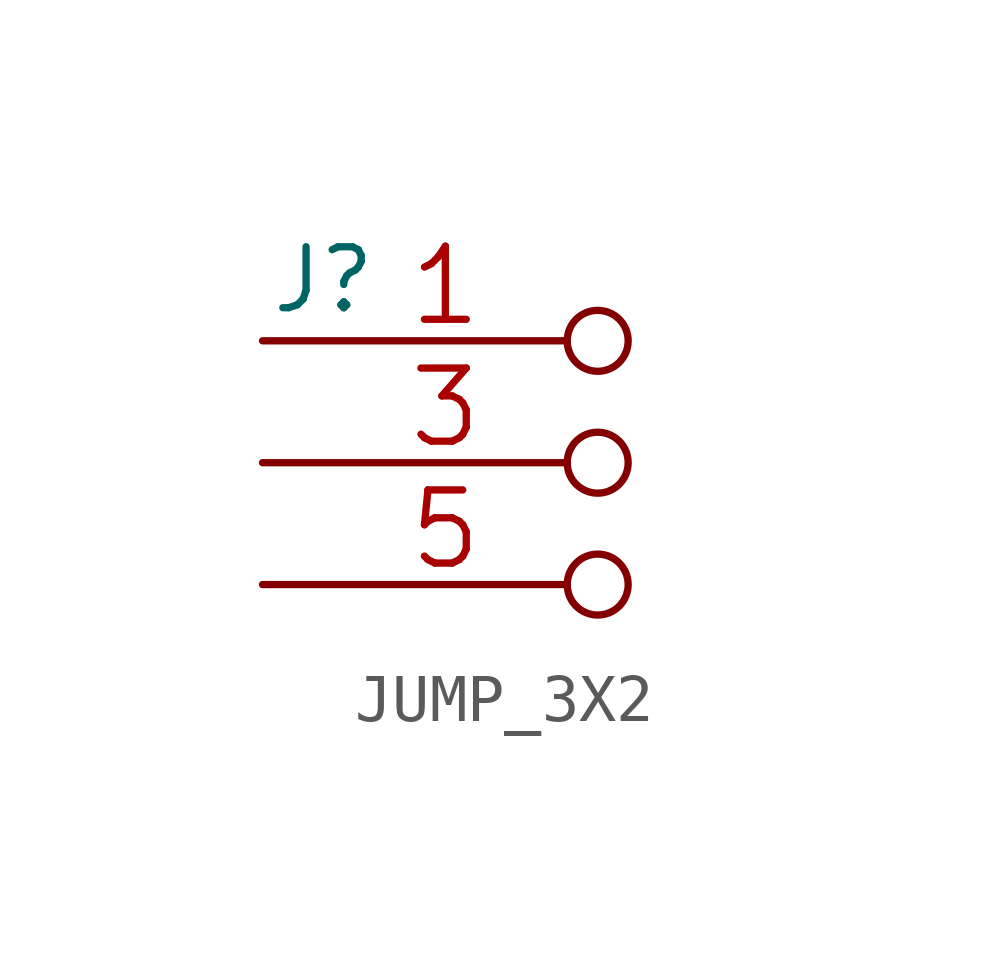
<source format=kicad_sym>
(kicad_symbol_lib
  (version 20211014)
  (generator kicad_symbol_editor)
  (symbol "JUMP_3X2"
    (pin_names
      (offset 1.016) hide)
    (property "Reference" "J"
      (at -8.89 5.08 0)
      (effects (font (size 1.27 1.27))))
    (property "Footprint" ""
      (at 0 0 0)
      (effects (font (size 1.524 1.524))))
    (property "Datasheet" ""
      (at 0 0 0)
      (effects (font (size 1.524 1.524))))
    (symbol "JUMP_3X2_1_1"
      (pin passive inverted (at -10.16 3.81 0) (length 7.62) (name "2" (effects (font (size 1.524 1.524)))) (number "1" (effects (font (size 1.524 1.524)))))
      (pin passive inverted (at -10.16 3.81 0) (length 7.62) hide (name "2" (effects (font (size 1.524 1.524)))) (number "2" (effects (font (size 1.524 1.524)))))
      (pin passive inverted (at -10.16 1.27 0) (length 7.62) (name "4" (effects (font (size 1.524 1.524)))) (number "3" (effects (font (size 1.524 1.524)))))
      (pin passive inverted (at -10.16 1.27 0) (length 7.62) hide (name "4" (effects (font (size 1.524 1.524)))) (number "4" (effects (font (size 1.524 1.524)))))
      (pin passive inverted (at -10.16 -1.27 0) (length 7.62) (name "6" (effects (font (size 1.524 1.524)))) (number "5" (effects (font (size 1.524 1.524)))))
      (pin passive inverted (at -10.16 -1.27 0) (length 7.62) hide (name "6" (effects (font (size 1.524 1.524)))) (number "6" (effects (font (size 1.524 1.524))))))))
</source>
